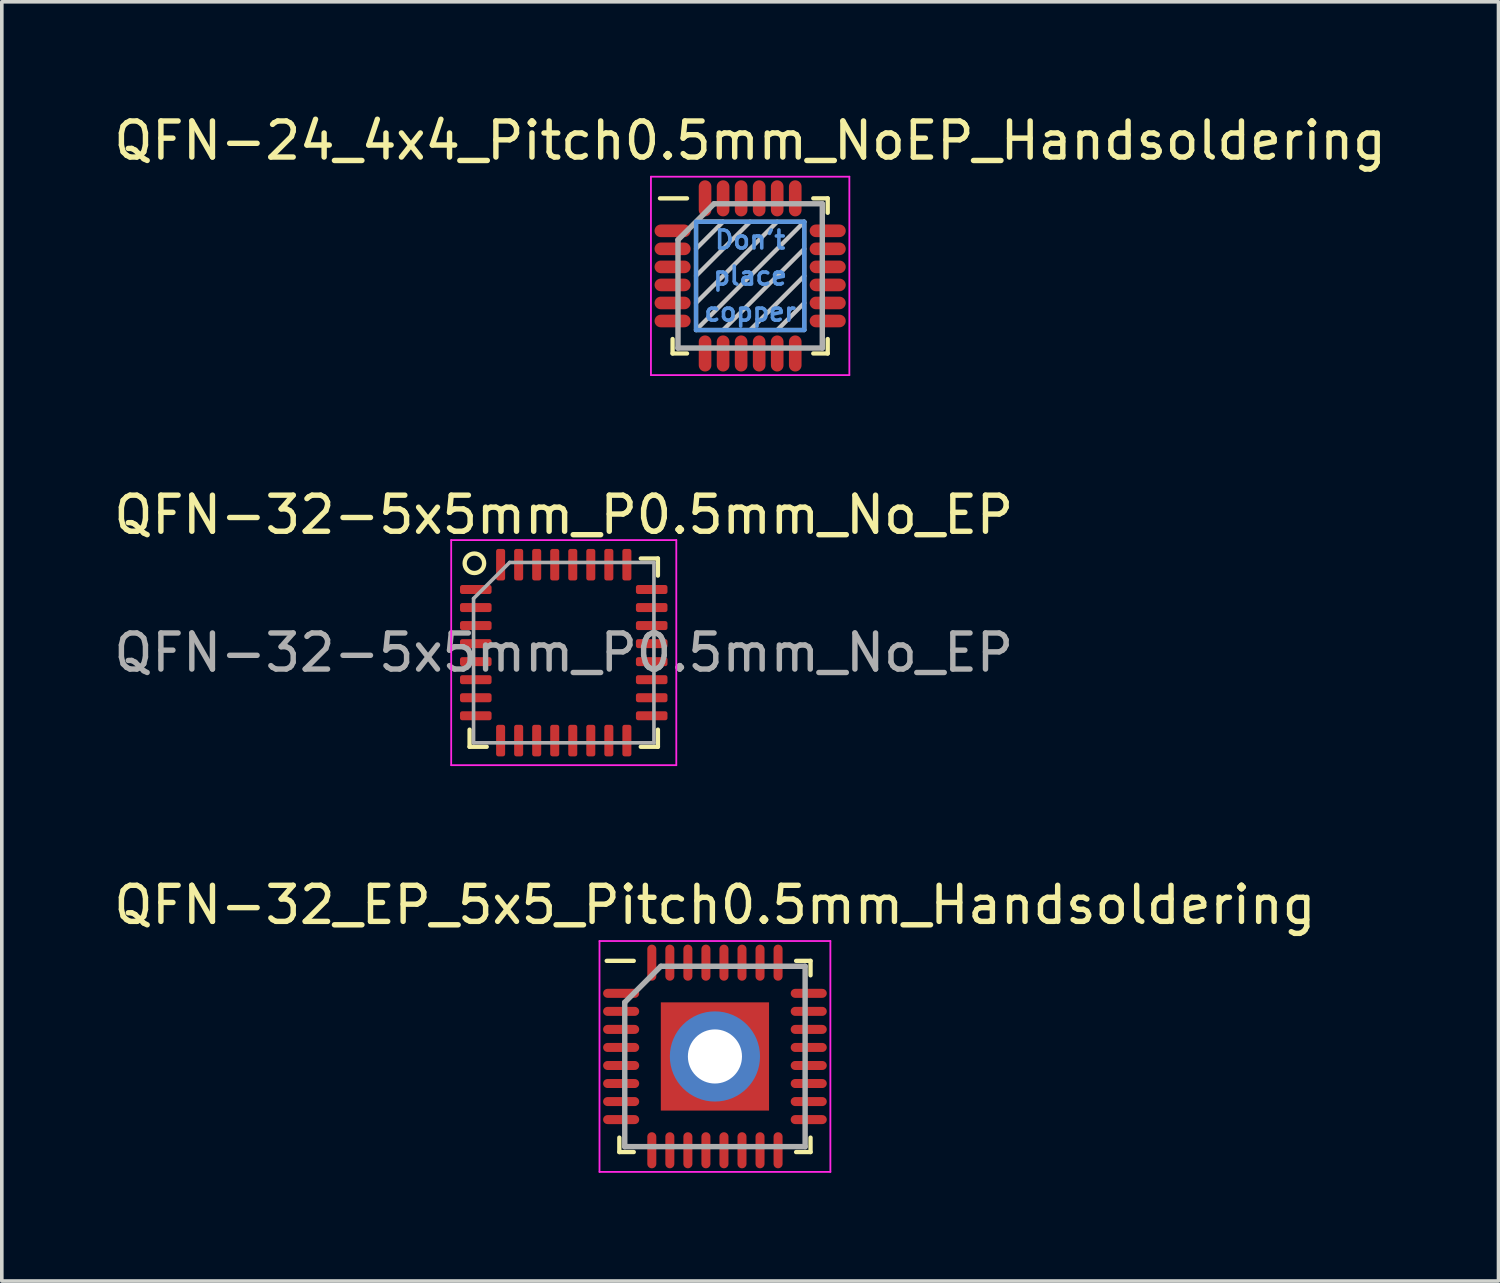
<source format=kicad_pcb>
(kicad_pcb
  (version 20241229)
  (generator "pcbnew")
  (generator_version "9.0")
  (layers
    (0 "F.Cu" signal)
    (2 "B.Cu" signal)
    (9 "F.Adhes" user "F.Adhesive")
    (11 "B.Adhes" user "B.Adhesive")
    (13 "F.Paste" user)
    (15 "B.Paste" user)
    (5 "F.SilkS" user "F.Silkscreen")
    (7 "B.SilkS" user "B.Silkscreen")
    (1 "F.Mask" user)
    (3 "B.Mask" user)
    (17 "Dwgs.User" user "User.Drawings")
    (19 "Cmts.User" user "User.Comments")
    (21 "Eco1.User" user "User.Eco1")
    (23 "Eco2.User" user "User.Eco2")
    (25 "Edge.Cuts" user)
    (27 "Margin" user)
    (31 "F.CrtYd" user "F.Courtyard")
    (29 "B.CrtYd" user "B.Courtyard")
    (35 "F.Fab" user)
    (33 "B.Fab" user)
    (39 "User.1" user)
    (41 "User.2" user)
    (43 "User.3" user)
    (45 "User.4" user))
  (footprint "QFN-32_EP_5x5_Pitch0.5mm_Handsoldering"
    (layer "F.Cu")
    (at 16.768 26.235)
    (property "Reference" "QFN-32_EP_5x5_Pitch0.5mm_Handsoldering" (at 0 -4.2 0) (layer "F.SilkS") (effects (font (size 1 1) (thickness 0.15))))
    (attr smd)
    (fp_line (start -2.65 2.65) (end -2.65 2.25) (stroke (width 0.12) (type solid)) (layer "F.SilkS"))
    (fp_line (start -2.25 -2.65) (end -3 -2.65) (stroke (width 0.12) (type solid)) (layer "F.SilkS"))
    (fp_line (start -2.25 2.65) (end -2.65 2.65) (stroke (width 0.12) (type solid)) (layer "F.SilkS"))
    (fp_line (start 2.25 -2.65) (end 2.65 -2.65) (stroke (width 0.12) (type solid)) (layer "F.SilkS"))
    (fp_line (start 2.25 2.65) (end 2.65 2.65) (stroke (width 0.12) (type solid)) (layer "F.SilkS"))
    (fp_line (start 2.65 -2.65) (end 2.65 -2.25) (stroke (width 0.12) (type solid)) (layer "F.SilkS"))
    (fp_line (start 2.65 2.65) (end 2.65 2.25) (stroke (width 0.12) (type solid)) (layer "F.SilkS"))
    (fp_line (start -3.2 -3.2) (end 3.2 -3.2) (stroke (width 0.05) (type solid)) (layer "F.CrtYd"))
    (fp_line (start -3.2 3.2) (end -3.2 -3.2) (stroke (width 0.05) (type solid)) (layer "F.CrtYd"))
    (fp_line (start 3.2 -3.2) (end 3.2 3.2) (stroke (width 0.05) (type solid)) (layer "F.CrtYd"))
    (fp_line (start 3.2 3.2) (end -3.2 3.2) (stroke (width 0.05) (type solid)) (layer "F.CrtYd"))
    (fp_line (start -2.5 -1.5) (end -2.5 2.5) (stroke (width 0.15) (type solid)) (layer "F.Fab"))
    (fp_line (start -2.5 2.5) (end 2.5 2.5) (stroke (width 0.15) (type solid)) (layer "F.Fab"))
    (fp_line (start -1.5 -2.5) (end -2.5 -1.5) (stroke (width 0.15) (type solid)) (layer "F.Fab"))
    (fp_line (start 2.5 -2.5) (end -1.5 -2.5) (stroke (width 0.15) (type solid)) (layer "F.Fab"))
    (fp_line (start 2.5 2.5) (end 2.5 -2.5) (stroke (width 0.15) (type solid)) (layer "F.Fab"))
    (pad "1" smd oval (at -2.6 -1.75 90) (size 0.25 1) (layers "F.Cu" "F.Mask" "F.Paste"))
    (pad "2" smd oval (at -2.6 -1.25 90) (size 0.25 1) (layers "F.Cu" "F.Mask" "F.Paste"))
    (pad "3" smd oval (at -2.6 -0.75 90) (size 0.25 1) (layers "F.Cu" "F.Mask" "F.Paste"))
    (pad "4" smd oval (at -2.6 -0.25 90) (size 0.25 1) (layers "F.Cu" "F.Mask" "F.Paste"))
    (pad "5" smd oval (at -2.6 0.25 90) (size 0.25 1) (layers "F.Cu" "F.Mask" "F.Paste"))
    (pad "6" smd oval (at -2.6 0.75 90) (size 0.25 1) (layers "F.Cu" "F.Mask" "F.Paste"))
    (pad "7" smd oval (at -2.6 1.25 90) (size 0.25 1) (layers "F.Cu" "F.Mask" "F.Paste"))
    (pad "8" smd oval (at -2.6 1.75 90) (size 0.25 1) (layers "F.Cu" "F.Mask" "F.Paste"))
    (pad "9" smd oval (at -1.75 2.6) (size 0.25 1) (layers "F.Cu" "F.Mask" "F.Paste"))
    (pad "10" smd oval (at -1.25 2.6) (size 0.25 1) (layers "F.Cu" "F.Mask" "F.Paste"))
    (pad "11" smd oval (at -0.75 2.6) (size 0.25 1) (layers "F.Cu" "F.Mask" "F.Paste"))
    (pad "12" smd oval (at -0.25 2.6) (size 0.25 1) (layers "F.Cu" "F.Mask" "F.Paste"))
    (pad "13" smd oval (at 0.25 2.6) (size 0.25 1) (layers "F.Cu" "F.Mask" "F.Paste"))
    (pad "14" smd oval (at 0.75 2.6) (size 0.25 1) (layers "F.Cu" "F.Mask" "F.Paste"))
    (pad "15" smd oval (at 1.25 2.6) (size 0.25 1) (layers "F.Cu" "F.Mask" "F.Paste"))
    (pad "16" smd oval (at 1.75 2.6) (size 0.25 1) (layers "F.Cu" "F.Mask" "F.Paste"))
    (pad "17" smd oval (at 2.6 1.75 90) (size 0.25 1) (layers "F.Cu" "F.Mask" "F.Paste"))
    (pad "18" smd oval (at 2.6 1.25 90) (size 0.25 1) (layers "F.Cu" "F.Mask" "F.Paste"))
    (pad "19" smd oval (at 2.6 0.75 90) (size 0.25 1) (layers "F.Cu" "F.Mask" "F.Paste"))
    (pad "20" smd oval (at 2.6 0.25 90) (size 0.25 1) (layers "F.Cu" "F.Mask" "F.Paste"))
    (pad "21" smd oval (at 2.6 -0.25 90) (size 0.25 1) (layers "F.Cu" "F.Mask" "F.Paste"))
    (pad "22" smd oval (at 2.6 -0.75 90) (size 0.25 1) (layers "F.Cu" "F.Mask" "F.Paste"))
    (pad "23" smd oval (at 2.6 -1.25 90) (size 0.25 1) (layers "F.Cu" "F.Mask" "F.Paste"))
    (pad "24" smd oval (at 2.6 -1.75 90) (size 0.25 1) (layers "F.Cu" "F.Mask" "F.Paste"))
    (pad "25" smd oval (at 1.75 -2.6) (size 0.25 1) (layers "F.Cu" "F.Mask" "F.Paste"))
    (pad "26" smd oval (at 1.25 -2.6) (size 0.25 1) (layers "F.Cu" "F.Mask" "F.Paste"))
    (pad "27" smd oval (at 0.75 -2.6) (size 0.25 1) (layers "F.Cu" "F.Mask" "F.Paste"))
    (pad "28" smd oval (at 0.25 -2.6) (size 0.25 1) (layers "F.Cu" "F.Mask" "F.Paste"))
    (pad "29" smd oval (at -0.25 -2.6) (size 0.25 1) (layers "F.Cu" "F.Mask" "F.Paste"))
    (pad "30" smd oval (at -0.75 -2.6) (size 0.25 1) (layers "F.Cu" "F.Mask" "F.Paste"))
    (pad "31" smd oval (at -1.25 -2.6) (size 0.25 1) (layers "F.Cu" "F.Mask" "F.Paste"))
    (pad "32" smd oval (at -1.75 -2.6) (size 0.25 1) (layers "F.Cu" "F.Mask" "F.Paste"))
    (pad "33" thru_hole circle (at 0 0) (size 2.5 2.5) (drill 1.5) (layers "*.Cu" "*.Mask"))
    (pad "33" smd rect (at 0 0) (size 3 3) (layers "F.Cu" "F.Mask" "F.Paste")))
  (footprint "QFN-24_4x4_Pitch0.5mm_NoEP_Handsoldering"
    (layer "F.Cu")
    (at 17.744 4.598)
    (property "Reference" "QFN-24_4x4_Pitch0.5mm_NoEP_Handsoldering" (at 0 -3.75 0) (layer "F.SilkS") (effects (font (size 1 1) (thickness 0.15))))
    (attr smd)
    (fp_line (start -2.15 2.15) (end -2.15 1.75) (stroke (width 0.12) (type solid)) (layer "F.SilkS"))
    (fp_line (start -1.75 -2.15) (end -2.5 -2.15) (stroke (width 0.12) (type solid)) (layer "F.SilkS"))
    (fp_line (start -1.75 2.15) (end -2.15 2.15) (stroke (width 0.12) (type solid)) (layer "F.SilkS"))
    (fp_line (start 1.75 -2.15) (end 2.15 -2.15) (stroke (width 0.12) (type solid)) (layer "F.SilkS"))
    (fp_line (start 1.75 2.15) (end 2.15 2.15) (stroke (width 0.12) (type solid)) (layer "F.SilkS"))
    (fp_line (start 2.15 -2.15) (end 2.15 -1.75) (stroke (width 0.12) (type solid)) (layer "F.SilkS"))
    (fp_line (start 2.15 2.15) (end 2.15 1.75) (stroke (width 0.12) (type solid)) (layer "F.SilkS"))
    (fp_line (start -1.5 -1.5) (end -0.75 -1.5) (stroke (width 0.12) (type solid)) (layer "Dwgs.User"))
    (fp_line (start -1.5 -1.5) (end 1.5 -1.5) (stroke (width 0.12) (type solid)) (layer "Dwgs.User"))
    (fp_line (start -1.5 1.5) (end -1.5 -1.5) (stroke (width 0.12) (type solid)) (layer "Dwgs.User"))
    (fp_line (start -0.75 -1.5) (end -1.5 -0.75) (stroke (width 0.12) (type solid)) (layer "Dwgs.User"))
    (fp_line (start 0 -1.5) (end -1.5 0) (stroke (width 0.12) (type solid)) (layer "Dwgs.User"))
    (fp_line (start 0 1.5) (end 1.5 0) (stroke (width 0.12) (type solid)) (layer "Dwgs.User"))
    (fp_line (start 0.75 -1.5) (end -1.5 0.75) (stroke (width 0.12) (type solid)) (layer "Dwgs.User"))
    (fp_line (start 1.5 -1.5) (end -1.5 1.5) (stroke (width 0.12) (type solid)) (layer "Dwgs.User"))
    (fp_line (start 1.5 -1.5) (end 1.5 1.5) (stroke (width 0.12) (type solid)) (layer "Dwgs.User"))
    (fp_line (start 1.5 -0.75) (end -0.75 1.5) (stroke (width 0.12) (type solid)) (layer "Dwgs.User"))
    (fp_line (start 1.5 0.75) (end 0.75 1.5) (stroke (width 0.12) (type solid)) (layer "Dwgs.User"))
    (fp_line (start 1.5 1.5) (end -1.5 1.5) (stroke (width 0.12) (type solid)) (layer "Dwgs.User"))
    (fp_line (start -1.5 -1.5) (end 1.5 -1.5) (stroke (width 0.12) (type solid)) (layer "Cmts.User"))
    (fp_line (start -1.5 1.5) (end -1.5 -1.5) (stroke (width 0.12) (type solid)) (layer "Cmts.User"))
    (fp_line (start 1.5 -1.5) (end 1.5 1.5) (stroke (width 0.12) (type solid)) (layer "Cmts.User"))
    (fp_line (start 1.5 1.5) (end -1.5 1.5) (stroke (width 0.12) (type solid)) (layer "Cmts.User"))
    (fp_line (start -2.75 -2.75) (end 2.75 -2.75) (stroke (width 0.05) (type solid)) (layer "F.CrtYd"))
    (fp_line (start -2.75 2.75) (end -2.75 -2.75) (stroke (width 0.05) (type solid)) (layer "F.CrtYd"))
    (fp_line (start 2.75 -2.75) (end 2.75 2.75) (stroke (width 0.05) (type solid)) (layer "F.CrtYd"))
    (fp_line (start 2.75 2.75) (end -2.75 2.75) (stroke (width 0.05) (type solid)) (layer "F.CrtYd"))
    (fp_line (start -2 -1) (end -2 2) (stroke (width 0.15) (type solid)) (layer "F.Fab"))
    (fp_line (start -2 2) (end 2 2) (stroke (width 0.15) (type solid)) (layer "F.Fab"))
    (fp_line (start -1 -2) (end -2 -1) (stroke (width 0.15) (type solid)) (layer "F.Fab"))
    (fp_line (start 2 -2) (end -1 -2) (stroke (width 0.15) (type solid)) (layer "F.Fab"))
    (fp_line (start 2 2) (end 2 -2) (stroke (width 0.15) (type solid)) (layer "F.Fab"))
    (fp_text user "place" (at 0 0 0) (layer "Cmts.User") (effects (font (size 0.5 0.5) (thickness 0.1))))
    (fp_text user "copper" (at 0 1 0) (layer "Cmts.User") (effects (font (size 0.5 0.5) (thickness 0.1))))
    (fp_text user "Don't" (at 0 -1 0) (layer "Cmts.User") (effects (font (size 0.5 0.5) (thickness 0.1))))
    (pad "1" smd oval (at -2.15 -1.25 90) (size 0.35 1) (layers "F.Cu" "F.Mask" "F.Paste"))
    (pad "2" smd oval (at -2.15 -0.75 90) (size 0.35 1) (layers "F.Cu" "F.Mask" "F.Paste"))
    (pad "3" smd oval (at -2.15 -0.25 90) (size 0.35 1) (layers "F.Cu" "F.Mask" "F.Paste"))
    (pad "4" smd oval (at -2.15 0.25 90) (size 0.35 1) (layers "F.Cu" "F.Mask" "F.Paste"))
    (pad "5" smd oval (at -2.15 0.75 90) (size 0.35 1) (layers "F.Cu" "F.Mask" "F.Paste"))
    (pad "6" smd oval (at -2.15 1.25 90) (size 0.35 1) (layers "F.Cu" "F.Mask" "F.Paste"))
    (pad "7" smd oval (at -1.25 2.15) (size 0.35 1) (layers "F.Cu" "F.Mask" "F.Paste"))
    (pad "8" smd oval (at -0.75 2.15) (size 0.35 1) (layers "F.Cu" "F.Mask" "F.Paste"))
    (pad "9" smd oval (at -0.25 2.15) (size 0.35 1) (layers "F.Cu" "F.Mask" "F.Paste"))
    (pad "10" smd oval (at 0.25 2.15) (size 0.35 1) (layers "F.Cu" "F.Mask" "F.Paste"))
    (pad "11" smd oval (at 0.75 2.15) (size 0.35 1) (layers "F.Cu" "F.Mask" "F.Paste"))
    (pad "12" smd oval (at 1.25 2.15) (size 0.35 1) (layers "F.Cu" "F.Mask" "F.Paste"))
    (pad "13" smd oval (at 2.15 1.25 90) (size 0.35 1) (layers "F.Cu" "F.Mask" "F.Paste"))
    (pad "14" smd oval (at 2.15 0.75 90) (size 0.35 1) (layers "F.Cu" "F.Mask" "F.Paste"))
    (pad "15" smd oval (at 2.15 0.25 90) (size 0.35 1) (layers "F.Cu" "F.Mask" "F.Paste"))
    (pad "16" smd oval (at 2.15 -0.25 90) (size 0.35 1) (layers "F.Cu" "F.Mask" "F.Paste"))
    (pad "17" smd oval (at 2.15 -0.75 90) (size 0.35 1) (layers "F.Cu" "F.Mask" "F.Paste"))
    (pad "18" smd oval (at 2.15 -1.25 90) (size 0.35 1) (layers "F.Cu" "F.Mask" "F.Paste"))
    (pad "19" smd oval (at 1.25 -2.15) (size 0.35 1) (layers "F.Cu" "F.Mask" "F.Paste"))
    (pad "20" smd oval (at 0.75 -2.15) (size 0.35 1) (layers "F.Cu" "F.Mask" "F.Paste"))
    (pad "21" smd oval (at 0.25 -2.15) (size 0.35 1) (layers "F.Cu" "F.Mask" "F.Paste"))
    (pad "22" smd oval (at -0.25 -2.15) (size 0.35 1) (layers "F.Cu" "F.Mask" "F.Paste"))
    (pad "23" smd oval (at -0.75 -2.15) (size 0.35 1) (layers "F.Cu" "F.Mask" "F.Paste"))
    (pad "24" smd oval (at -1.25 -2.15) (size 0.35 1) (layers "F.Cu" "F.Mask" "F.Paste")))
  (footprint "QFN-32-5x5mm_P0.5mm_No_EP"
    (layer "F.Cu")
    (at 12.577 15.041)
    (property "Reference" "QFN-32-5x5mm_P0.5mm_No_EP" (at 0 -3.82 0) (layer "F.SilkS") (effects (font (size 1 1) (thickness 0.15))))
    (attr smd)
    (fp_line (start -2.61 2.61) (end -2.61 2.135) (stroke (width 0.12) (type solid)) (layer "F.SilkS"))
    (fp_line (start -2.135 2.61) (end -2.61 2.61) (stroke (width 0.12) (type solid)) (layer "F.SilkS"))
    (fp_line (start 2.135 -2.61) (end 2.61 -2.61) (stroke (width 0.12) (type solid)) (layer "F.SilkS"))
    (fp_line (start 2.135 2.61) (end 2.61 2.61) (stroke (width 0.12) (type solid)) (layer "F.SilkS"))
    (fp_line (start 2.61 -2.61) (end 2.61 -2.135) (stroke (width 0.12) (type solid)) (layer "F.SilkS"))
    (fp_line (start 2.61 2.61) (end 2.61 2.135) (stroke (width 0.12) (type solid)) (layer "F.SilkS"))
    (fp_circle (center -2.477 -2.477) (end -2.286 -2.286) (stroke (width 0.12) (type solid)) (fill no) (layer "F.SilkS"))
    (fp_line (start -3.12 -3.12) (end -3.12 3.12) (stroke (width 0.05) (type solid)) (layer "F.CrtYd"))
    (fp_line (start -3.12 3.12) (end 3.12 3.12) (stroke (width 0.05) (type solid)) (layer "F.CrtYd"))
    (fp_line (start 3.12 -3.12) (end -3.12 -3.12) (stroke (width 0.05) (type solid)) (layer "F.CrtYd"))
    (fp_line (start 3.12 3.12) (end 3.12 -3.12) (stroke (width 0.05) (type solid)) (layer "F.CrtYd"))
    (fp_line (start -2.5 -1.5) (end -1.5 -2.5) (stroke (width 0.1) (type solid)) (layer "F.Fab"))
    (fp_line (start -2.5 2.5) (end -2.5 -1.5) (stroke (width 0.1) (type solid)) (layer "F.Fab"))
    (fp_line (start -1.5 -2.5) (end 2.5 -2.5) (stroke (width 0.1) (type solid)) (layer "F.Fab"))
    (fp_line (start 2.5 -2.5) (end 2.5 2.5) (stroke (width 0.1) (type solid)) (layer "F.Fab"))
    (fp_line (start 2.5 2.5) (end -2.5 2.5) (stroke (width 0.1) (type solid)) (layer "F.Fab"))
    (fp_text user "${REFERENCE}" (at 0 0 0) (layer "F.Fab") (effects (font (size 1 1) (thickness 0.15))))
    (pad "1" smd roundrect (at -2.438 -1.75) (size 0.875 0.25) (layers "F.Cu" "F.Mask" "F.Paste") (roundrect_rratio 0.25))
    (pad "2" smd roundrect (at -2.438 -1.25) (size 0.875 0.25) (layers "F.Cu" "F.Mask" "F.Paste") (roundrect_rratio 0.25))
    (pad "3" smd roundrect (at -2.438 -0.75) (size 0.875 0.25) (layers "F.Cu" "F.Mask" "F.Paste") (roundrect_rratio 0.25))
    (pad "4" smd roundrect (at -2.438 -0.25) (size 0.875 0.25) (layers "F.Cu" "F.Mask" "F.Paste") (roundrect_rratio 0.25))
    (pad "5" smd roundrect (at -2.438 0.25) (size 0.875 0.25) (layers "F.Cu" "F.Mask" "F.Paste") (roundrect_rratio 0.25))
    (pad "6" smd roundrect (at -2.438 0.75) (size 0.875 0.25) (layers "F.Cu" "F.Mask" "F.Paste") (roundrect_rratio 0.25))
    (pad "7" smd roundrect (at -2.438 1.25) (size 0.875 0.25) (layers "F.Cu" "F.Mask" "F.Paste") (roundrect_rratio 0.25))
    (pad "8" smd roundrect (at -2.438 1.75) (size 0.875 0.25) (layers "F.Cu" "F.Mask" "F.Paste") (roundrect_rratio 0.25))
    (pad "9" smd roundrect (at -1.75 2.438) (size 0.25 0.875) (layers "F.Cu" "F.Mask" "F.Paste") (roundrect_rratio 0.25))
    (pad "10" smd roundrect (at -1.25 2.438) (size 0.25 0.875) (layers "F.Cu" "F.Mask" "F.Paste") (roundrect_rratio 0.25))
    (pad "11" smd roundrect (at -0.75 2.438) (size 0.25 0.875) (layers "F.Cu" "F.Mask" "F.Paste") (roundrect_rratio 0.25))
    (pad "12" smd roundrect (at -0.25 2.438) (size 0.25 0.875) (layers "F.Cu" "F.Mask" "F.Paste") (roundrect_rratio 0.25))
    (pad "13" smd roundrect (at 0.25 2.438) (size 0.25 0.875) (layers "F.Cu" "F.Mask" "F.Paste") (roundrect_rratio 0.25))
    (pad "14" smd roundrect (at 0.75 2.438) (size 0.25 0.875) (layers "F.Cu" "F.Mask" "F.Paste") (roundrect_rratio 0.25))
    (pad "15" smd roundrect (at 1.25 2.438) (size 0.25 0.875) (layers "F.Cu" "F.Mask" "F.Paste") (roundrect_rratio 0.25))
    (pad "16" smd roundrect (at 1.75 2.438) (size 0.25 0.875) (layers "F.Cu" "F.Mask" "F.Paste") (roundrect_rratio 0.25))
    (pad "17" smd roundrect (at 2.438 1.75) (size 0.875 0.25) (layers "F.Cu" "F.Mask" "F.Paste") (roundrect_rratio 0.25))
    (pad "18" smd roundrect (at 2.438 1.25) (size 0.875 0.25) (layers "F.Cu" "F.Mask" "F.Paste") (roundrect_rratio 0.25))
    (pad "19" smd roundrect (at 2.438 0.75) (size 0.875 0.25) (layers "F.Cu" "F.Mask" "F.Paste") (roundrect_rratio 0.25))
    (pad "20" smd roundrect (at 2.438 0.25) (size 0.875 0.25) (layers "F.Cu" "F.Mask" "F.Paste") (roundrect_rratio 0.25))
    (pad "21" smd roundrect (at 2.438 -0.25) (size 0.875 0.25) (layers "F.Cu" "F.Mask" "F.Paste") (roundrect_rratio 0.25))
    (pad "22" smd roundrect (at 2.438 -0.75) (size 0.875 0.25) (layers "F.Cu" "F.Mask" "F.Paste") (roundrect_rratio 0.25))
    (pad "23" smd roundrect (at 2.438 -1.25) (size 0.875 0.25) (layers "F.Cu" "F.Mask" "F.Paste") (roundrect_rratio 0.25))
    (pad "24" smd roundrect (at 2.438 -1.75) (size 0.875 0.25) (layers "F.Cu" "F.Mask" "F.Paste") (roundrect_rratio 0.25))
    (pad "25" smd roundrect (at 1.75 -2.438) (size 0.25 0.875) (layers "F.Cu" "F.Mask" "F.Paste") (roundrect_rratio 0.25))
    (pad "26" smd roundrect (at 1.25 -2.438) (size 0.25 0.875) (layers "F.Cu" "F.Mask" "F.Paste") (roundrect_rratio 0.25))
    (pad "27" smd roundrect (at 0.75 -2.438) (size 0.25 0.875) (layers "F.Cu" "F.Mask" "F.Paste") (roundrect_rratio 0.25))
    (pad "28" smd roundrect (at 0.25 -2.438) (size 0.25 0.875) (layers "F.Cu" "F.Mask" "F.Paste") (roundrect_rratio 0.25))
    (pad "29" smd roundrect (at -0.25 -2.438) (size 0.25 0.875) (layers "F.Cu" "F.Mask" "F.Paste") (roundrect_rratio 0.25))
    (pad "30" smd roundrect (at -0.75 -2.438) (size 0.25 0.875) (layers "F.Cu" "F.Mask" "F.Paste") (roundrect_rratio 0.25))
    (pad "31" smd roundrect (at -1.25 -2.438) (size 0.25 0.875) (layers "F.Cu" "F.Mask" "F.Paste") (roundrect_rratio 0.25))
    (pad "32" smd roundrect (at -1.75 -2.438) (size 0.25 0.875) (layers "F.Cu" "F.Mask" "F.Paste") (roundrect_rratio 0.25)))
  (gr_rect
    (start -3 -3)
    (end 38.488 32.46)
    (stroke (width 0.1) (type default))
    (fill no)
    (layer "Edge.Cuts")))
</source>
